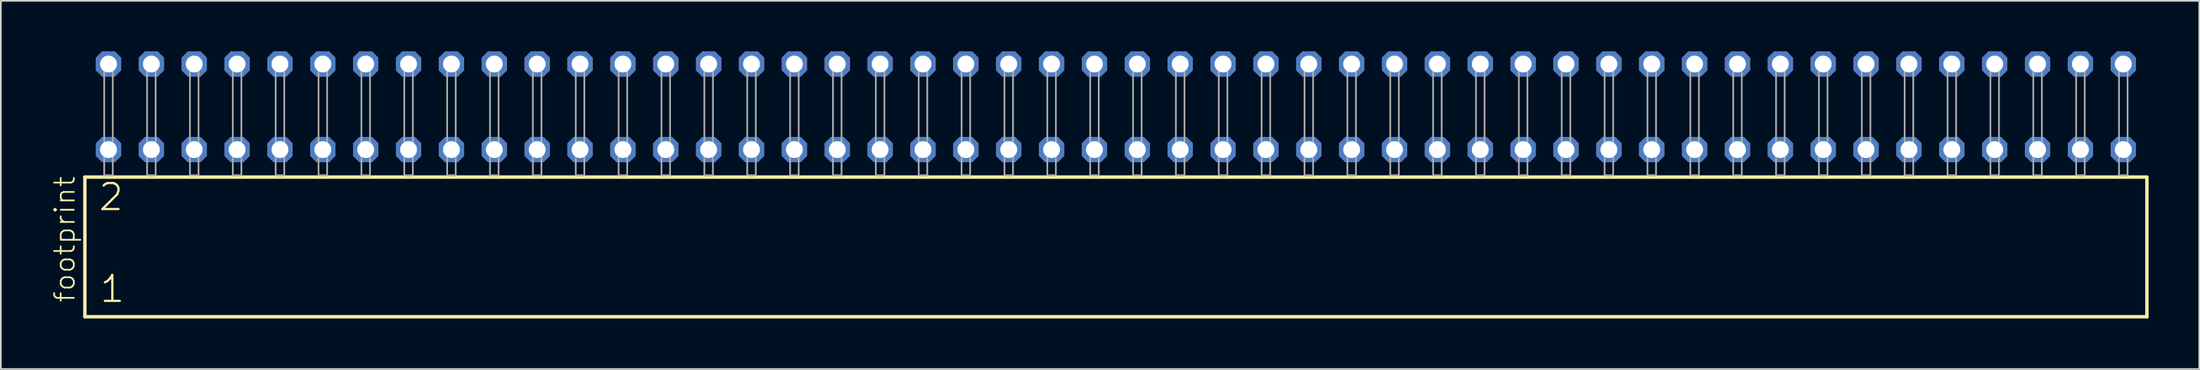
<source format=kicad_pcb>
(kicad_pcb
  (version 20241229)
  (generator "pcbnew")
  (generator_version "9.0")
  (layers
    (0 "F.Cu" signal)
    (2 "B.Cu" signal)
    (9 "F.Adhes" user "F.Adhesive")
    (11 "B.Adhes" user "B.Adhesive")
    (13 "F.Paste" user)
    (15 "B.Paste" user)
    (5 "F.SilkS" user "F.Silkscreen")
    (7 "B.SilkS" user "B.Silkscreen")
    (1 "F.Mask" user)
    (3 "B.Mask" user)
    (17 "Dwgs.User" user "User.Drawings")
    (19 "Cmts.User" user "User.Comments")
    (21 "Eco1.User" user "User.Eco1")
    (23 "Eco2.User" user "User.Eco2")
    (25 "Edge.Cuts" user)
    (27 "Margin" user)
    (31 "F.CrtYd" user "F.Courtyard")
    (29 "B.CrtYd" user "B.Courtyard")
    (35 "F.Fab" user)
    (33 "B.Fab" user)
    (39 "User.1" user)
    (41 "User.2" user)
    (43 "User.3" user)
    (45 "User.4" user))
  (footprint "footprint"
    (layer "F.Cu")
    (at 63.068 7.354)
    (property "Reference" "footprint" (at -61.595 7.62 90) (layer "F.SilkS") (effects (font (size 1.168 1.168) (thickness 0.102)) (justify left bottom)))
    (fp_line (start -61.089 0.106) (end -61.089 8.396) (stroke (width 0.203) (type solid)) (layer "F.SilkS"))
    (fp_line (start -61.089 8.396) (end 61.089 8.396) (stroke (width 0.203) (type solid)) (layer "F.SilkS"))
    (fp_line (start 61.089 0.106) (end -61.089 0.106) (stroke (width 0.203) (type solid)) (layer "F.SilkS"))
    (fp_line (start 61.089 8.396) (end 61.089 0.106) (stroke (width 0.203) (type solid)) (layer "F.SilkS"))
    (fp_poly (pts (xy -59.944 0) (xy -59.436 0) (xy -59.436 -6.858) (xy -59.944 -6.858)) (stroke (width 0.1) (type solid)) (fill no) (layer "F.Fab"))
    (fp_poly (pts (xy -57.404 0) (xy -56.896 0) (xy -56.896 -6.858) (xy -57.404 -6.858)) (stroke (width 0.1) (type solid)) (fill no) (layer "F.Fab"))
    (fp_poly (pts (xy -54.864 0) (xy -54.356 0) (xy -54.356 -6.858) (xy -54.864 -6.858)) (stroke (width 0.1) (type solid)) (fill no) (layer "F.Fab"))
    (fp_poly (pts (xy -52.324 0) (xy -51.816 0) (xy -51.816 -6.858) (xy -52.324 -6.858)) (stroke (width 0.1) (type solid)) (fill no) (layer "F.Fab"))
    (fp_poly (pts (xy -49.784 0) (xy -49.276 0) (xy -49.276 -6.858) (xy -49.784 -6.858)) (stroke (width 0.1) (type solid)) (fill no) (layer "F.Fab"))
    (fp_poly (pts (xy -47.244 0) (xy -46.736 0) (xy -46.736 -6.858) (xy -47.244 -6.858)) (stroke (width 0.1) (type solid)) (fill no) (layer "F.Fab"))
    (fp_poly (pts (xy -44.704 0) (xy -44.196 0) (xy -44.196 -6.858) (xy -44.704 -6.858)) (stroke (width 0.1) (type solid)) (fill no) (layer "F.Fab"))
    (fp_poly (pts (xy -42.164 0) (xy -41.656 0) (xy -41.656 -6.858) (xy -42.164 -6.858)) (stroke (width 0.1) (type solid)) (fill no) (layer "F.Fab"))
    (fp_poly (pts (xy -39.624 0) (xy -39.116 0) (xy -39.116 -6.858) (xy -39.624 -6.858)) (stroke (width 0.1) (type solid)) (fill no) (layer "F.Fab"))
    (fp_poly (pts (xy -37.084 0) (xy -36.576 0) (xy -36.576 -6.858) (xy -37.084 -6.858)) (stroke (width 0.1) (type solid)) (fill no) (layer "F.Fab"))
    (fp_poly (pts (xy -34.544 0) (xy -34.036 0) (xy -34.036 -6.858) (xy -34.544 -6.858)) (stroke (width 0.1) (type solid)) (fill no) (layer "F.Fab"))
    (fp_poly (pts (xy -32.004 0) (xy -31.496 0) (xy -31.496 -6.858) (xy -32.004 -6.858)) (stroke (width 0.1) (type solid)) (fill no) (layer "F.Fab"))
    (fp_poly (pts (xy -29.464 0) (xy -28.956 0) (xy -28.956 -6.858) (xy -29.464 -6.858)) (stroke (width 0.1) (type solid)) (fill no) (layer "F.Fab"))
    (fp_poly (pts (xy -26.924 0) (xy -26.416 0) (xy -26.416 -6.858) (xy -26.924 -6.858)) (stroke (width 0.1) (type solid)) (fill no) (layer "F.Fab"))
    (fp_poly (pts (xy -24.384 0) (xy -23.876 0) (xy -23.876 -6.858) (xy -24.384 -6.858)) (stroke (width 0.1) (type solid)) (fill no) (layer "F.Fab"))
    (fp_poly (pts (xy -21.844 0) (xy -21.336 0) (xy -21.336 -6.858) (xy -21.844 -6.858)) (stroke (width 0.1) (type solid)) (fill no) (layer "F.Fab"))
    (fp_poly (pts (xy -19.304 0) (xy -18.796 0) (xy -18.796 -6.858) (xy -19.304 -6.858)) (stroke (width 0.1) (type solid)) (fill no) (layer "F.Fab"))
    (fp_poly (pts (xy -16.764 0) (xy -16.256 0) (xy -16.256 -6.858) (xy -16.764 -6.858)) (stroke (width 0.1) (type solid)) (fill no) (layer "F.Fab"))
    (fp_poly (pts (xy -14.224 0) (xy -13.716 0) (xy -13.716 -6.858) (xy -14.224 -6.858)) (stroke (width 0.1) (type solid)) (fill no) (layer "F.Fab"))
    (fp_poly (pts (xy -11.684 0) (xy -11.176 0) (xy -11.176 -6.858) (xy -11.684 -6.858)) (stroke (width 0.1) (type solid)) (fill no) (layer "F.Fab"))
    (fp_poly (pts (xy -9.144 0) (xy -8.636 0) (xy -8.636 -6.858) (xy -9.144 -6.858)) (stroke (width 0.1) (type solid)) (fill no) (layer "F.Fab"))
    (fp_poly (pts (xy -6.604 0) (xy -6.096 0) (xy -6.096 -6.858) (xy -6.604 -6.858)) (stroke (width 0.1) (type solid)) (fill no) (layer "F.Fab"))
    (fp_poly (pts (xy -4.064 0) (xy -3.556 0) (xy -3.556 -6.858) (xy -4.064 -6.858)) (stroke (width 0.1) (type solid)) (fill no) (layer "F.Fab"))
    (fp_poly (pts (xy -1.524 0) (xy -1.016 0) (xy -1.016 -6.858) (xy -1.524 -6.858)) (stroke (width 0.1) (type solid)) (fill no) (layer "F.Fab"))
    (fp_poly (pts (xy 1.016 0) (xy 1.524 0) (xy 1.524 -6.858) (xy 1.016 -6.858)) (stroke (width 0.1) (type solid)) (fill no) (layer "F.Fab"))
    (fp_poly (pts (xy 3.556 0) (xy 4.064 0) (xy 4.064 -6.858) (xy 3.556 -6.858)) (stroke (width 0.1) (type solid)) (fill no) (layer "F.Fab"))
    (fp_poly (pts (xy 6.096 0) (xy 6.604 0) (xy 6.604 -6.858) (xy 6.096 -6.858)) (stroke (width 0.1) (type solid)) (fill no) (layer "F.Fab"))
    (fp_poly (pts (xy 8.636 0) (xy 9.144 0) (xy 9.144 -6.858) (xy 8.636 -6.858)) (stroke (width 0.1) (type solid)) (fill no) (layer "F.Fab"))
    (fp_poly (pts (xy 11.176 0) (xy 11.684 0) (xy 11.684 -6.858) (xy 11.176 -6.858)) (stroke (width 0.1) (type solid)) (fill no) (layer "F.Fab"))
    (fp_poly (pts (xy 13.716 0) (xy 14.224 0) (xy 14.224 -6.858) (xy 13.716 -6.858)) (stroke (width 0.1) (type solid)) (fill no) (layer "F.Fab"))
    (fp_poly (pts (xy 16.256 0) (xy 16.764 0) (xy 16.764 -6.858) (xy 16.256 -6.858)) (stroke (width 0.1) (type solid)) (fill no) (layer "F.Fab"))
    (fp_poly (pts (xy 18.796 0) (xy 19.304 0) (xy 19.304 -6.858) (xy 18.796 -6.858)) (stroke (width 0.1) (type solid)) (fill no) (layer "F.Fab"))
    (fp_poly (pts (xy 21.336 0) (xy 21.844 0) (xy 21.844 -6.858) (xy 21.336 -6.858)) (stroke (width 0.1) (type solid)) (fill no) (layer "F.Fab"))
    (fp_poly (pts (xy 23.876 0) (xy 24.384 0) (xy 24.384 -6.858) (xy 23.876 -6.858)) (stroke (width 0.1) (type solid)) (fill no) (layer "F.Fab"))
    (fp_poly (pts (xy 26.416 0) (xy 26.924 0) (xy 26.924 -6.858) (xy 26.416 -6.858)) (stroke (width 0.1) (type solid)) (fill no) (layer "F.Fab"))
    (fp_poly (pts (xy 28.956 0) (xy 29.464 0) (xy 29.464 -6.858) (xy 28.956 -6.858)) (stroke (width 0.1) (type solid)) (fill no) (layer "F.Fab"))
    (fp_poly (pts (xy 31.496 0) (xy 32.004 0) (xy 32.004 -6.858) (xy 31.496 -6.858)) (stroke (width 0.1) (type solid)) (fill no) (layer "F.Fab"))
    (fp_poly (pts (xy 34.036 0) (xy 34.544 0) (xy 34.544 -6.858) (xy 34.036 -6.858)) (stroke (width 0.1) (type solid)) (fill no) (layer "F.Fab"))
    (fp_poly (pts (xy 36.576 0) (xy 37.084 0) (xy 37.084 -6.858) (xy 36.576 -6.858)) (stroke (width 0.1) (type solid)) (fill no) (layer "F.Fab"))
    (fp_poly (pts (xy 39.116 0) (xy 39.624 0) (xy 39.624 -6.858) (xy 39.116 -6.858)) (stroke (width 0.1) (type solid)) (fill no) (layer "F.Fab"))
    (fp_poly (pts (xy 41.656 0) (xy 42.164 0) (xy 42.164 -6.858) (xy 41.656 -6.858)) (stroke (width 0.1) (type solid)) (fill no) (layer "F.Fab"))
    (fp_poly (pts (xy 44.196 0) (xy 44.704 0) (xy 44.704 -6.858) (xy 44.196 -6.858)) (stroke (width 0.1) (type solid)) (fill no) (layer "F.Fab"))
    (fp_poly (pts (xy 46.736 0) (xy 47.244 0) (xy 47.244 -6.858) (xy 46.736 -6.858)) (stroke (width 0.1) (type solid)) (fill no) (layer "F.Fab"))
    (fp_poly (pts (xy 49.276 0) (xy 49.784 0) (xy 49.784 -6.858) (xy 49.276 -6.858)) (stroke (width 0.1) (type solid)) (fill no) (layer "F.Fab"))
    (fp_poly (pts (xy 51.816 0) (xy 52.324 0) (xy 52.324 -6.858) (xy 51.816 -6.858)) (stroke (width 0.1) (type solid)) (fill no) (layer "F.Fab"))
    (fp_poly (pts (xy 54.356 0) (xy 54.864 0) (xy 54.864 -6.858) (xy 54.356 -6.858)) (stroke (width 0.1) (type solid)) (fill no) (layer "F.Fab"))
    (fp_poly (pts (xy 56.896 0) (xy 57.404 0) (xy 57.404 -6.858) (xy 56.896 -6.858)) (stroke (width 0.1) (type solid)) (fill no) (layer "F.Fab"))
    (fp_poly (pts (xy 59.436 0) (xy 59.944 0) (xy 59.944 -6.858) (xy 59.436 -6.858)) (stroke (width 0.1) (type solid)) (fill no) (layer "F.Fab"))
    (fp_text user "1" (at -60.285 7.65 0) (layer "F.SilkS") (effects (font (size 1.542 1.542) (thickness 0.134)) (justify left bottom)))
    (fp_text user "2" (at -60.36 2.2 0) (layer "F.SilkS") (effects (font (size 1.542 1.542) (thickness 0.134)) (justify left bottom)))
    (pad "1" thru_hole roundrect (at -59.69 -1.524) (size 1.5 1.5) (drill 1) (layers "*.Cu" "*.Mask") (roundrect_rratio 0.25) (chamfer_ratio 0.25) (chamfer top_left top_right bottom_left bottom_right))
    (pad "2" thru_hole roundrect (at -59.69 -6.604) (size 1.5 1.5) (drill 1) (layers "*.Cu" "*.Mask") (roundrect_rratio 0.25) (chamfer_ratio 0.25) (chamfer top_left top_right bottom_left bottom_right))
    (pad "3" thru_hole roundrect (at -57.15 -1.524) (size 1.5 1.5) (drill 1) (layers "*.Cu" "*.Mask") (roundrect_rratio 0.25) (chamfer_ratio 0.25) (chamfer top_left top_right bottom_left bottom_right))
    (pad "4" thru_hole roundrect (at -57.15 -6.604) (size 1.5 1.5) (drill 1) (layers "*.Cu" "*.Mask") (roundrect_rratio 0.25) (chamfer_ratio 0.25) (chamfer top_left top_right bottom_left bottom_right))
    (pad "5" thru_hole roundrect (at -54.61 -1.524) (size 1.5 1.5) (drill 1) (layers "*.Cu" "*.Mask") (roundrect_rratio 0.25) (chamfer_ratio 0.25) (chamfer top_left top_right bottom_left bottom_right))
    (pad "6" thru_hole roundrect (at -54.61 -6.604) (size 1.5 1.5) (drill 1) (layers "*.Cu" "*.Mask") (roundrect_rratio 0.25) (chamfer_ratio 0.25) (chamfer top_left top_right bottom_left bottom_right))
    (pad "7" thru_hole roundrect (at -52.07 -1.524) (size 1.5 1.5) (drill 1) (layers "*.Cu" "*.Mask") (roundrect_rratio 0.25) (chamfer_ratio 0.25) (chamfer top_left top_right bottom_left bottom_right))
    (pad "8" thru_hole roundrect (at -52.07 -6.604) (size 1.5 1.5) (drill 1) (layers "*.Cu" "*.Mask") (roundrect_rratio 0.25) (chamfer_ratio 0.25) (chamfer top_left top_right bottom_left bottom_right))
    (pad "9" thru_hole roundrect (at -49.53 -1.524) (size 1.5 1.5) (drill 1) (layers "*.Cu" "*.Mask") (roundrect_rratio 0.25) (chamfer_ratio 0.25) (chamfer top_left top_right bottom_left bottom_right))
    (pad "10" thru_hole roundrect (at -49.53 -6.604) (size 1.5 1.5) (drill 1) (layers "*.Cu" "*.Mask") (roundrect_rratio 0.25) (chamfer_ratio 0.25) (chamfer top_left top_right bottom_left bottom_right))
    (pad "11" thru_hole roundrect (at -46.99 -1.524) (size 1.5 1.5) (drill 1) (layers "*.Cu" "*.Mask") (roundrect_rratio 0.25) (chamfer_ratio 0.25) (chamfer top_left top_right bottom_left bottom_right))
    (pad "12" thru_hole roundrect (at -46.99 -6.604) (size 1.5 1.5) (drill 1) (layers "*.Cu" "*.Mask") (roundrect_rratio 0.25) (chamfer_ratio 0.25) (chamfer top_left top_right bottom_left bottom_right))
    (pad "13" thru_hole roundrect (at -44.45 -1.524) (size 1.5 1.5) (drill 1) (layers "*.Cu" "*.Mask") (roundrect_rratio 0.25) (chamfer_ratio 0.25) (chamfer top_left top_right bottom_left bottom_right))
    (pad "14" thru_hole roundrect (at -44.45 -6.604) (size 1.5 1.5) (drill 1) (layers "*.Cu" "*.Mask") (roundrect_rratio 0.25) (chamfer_ratio 0.25) (chamfer top_left top_right bottom_left bottom_right))
    (pad "15" thru_hole roundrect (at -41.91 -1.524) (size 1.5 1.5) (drill 1) (layers "*.Cu" "*.Mask") (roundrect_rratio 0.25) (chamfer_ratio 0.25) (chamfer top_left top_right bottom_left bottom_right))
    (pad "16" thru_hole roundrect (at -41.91 -6.604) (size 1.5 1.5) (drill 1) (layers "*.Cu" "*.Mask") (roundrect_rratio 0.25) (chamfer_ratio 0.25) (chamfer top_left top_right bottom_left bottom_right))
    (pad "17" thru_hole roundrect (at -39.37 -1.524) (size 1.5 1.5) (drill 1) (layers "*.Cu" "*.Mask") (roundrect_rratio 0.25) (chamfer_ratio 0.25) (chamfer top_left top_right bottom_left bottom_right))
    (pad "18" thru_hole roundrect (at -39.37 -6.604) (size 1.5 1.5) (drill 1) (layers "*.Cu" "*.Mask") (roundrect_rratio 0.25) (chamfer_ratio 0.25) (chamfer top_left top_right bottom_left bottom_right))
    (pad "19" thru_hole roundrect (at -36.83 -1.524) (size 1.5 1.5) (drill 1) (layers "*.Cu" "*.Mask") (roundrect_rratio 0.25) (chamfer_ratio 0.25) (chamfer top_left top_right bottom_left bottom_right))
    (pad "20" thru_hole roundrect (at -36.83 -6.604) (size 1.5 1.5) (drill 1) (layers "*.Cu" "*.Mask") (roundrect_rratio 0.25) (chamfer_ratio 0.25) (chamfer top_left top_right bottom_left bottom_right))
    (pad "21" thru_hole roundrect (at -34.29 -1.524) (size 1.5 1.5) (drill 1) (layers "*.Cu" "*.Mask") (roundrect_rratio 0.25) (chamfer_ratio 0.25) (chamfer top_left top_right bottom_left bottom_right))
    (pad "22" thru_hole roundrect (at -34.29 -6.604) (size 1.5 1.5) (drill 1) (layers "*.Cu" "*.Mask") (roundrect_rratio 0.25) (chamfer_ratio 0.25) (chamfer top_left top_right bottom_left bottom_right))
    (pad "23" thru_hole roundrect (at -31.75 -1.524) (size 1.5 1.5) (drill 1) (layers "*.Cu" "*.Mask") (roundrect_rratio 0.25) (chamfer_ratio 0.25) (chamfer top_left top_right bottom_left bottom_right))
    (pad "24" thru_hole roundrect (at -31.75 -6.604) (size 1.5 1.5) (drill 1) (layers "*.Cu" "*.Mask") (roundrect_rratio 0.25) (chamfer_ratio 0.25) (chamfer top_left top_right bottom_left bottom_right))
    (pad "25" thru_hole roundrect (at -29.21 -1.524) (size 1.5 1.5) (drill 1) (layers "*.Cu" "*.Mask") (roundrect_rratio 0.25) (chamfer_ratio 0.25) (chamfer top_left top_right bottom_left bottom_right))
    (pad "26" thru_hole roundrect (at -29.21 -6.604) (size 1.5 1.5) (drill 1) (layers "*.Cu" "*.Mask") (roundrect_rratio 0.25) (chamfer_ratio 0.25) (chamfer top_left top_right bottom_left bottom_right))
    (pad "27" thru_hole roundrect (at -26.67 -1.524) (size 1.5 1.5) (drill 1) (layers "*.Cu" "*.Mask") (roundrect_rratio 0.25) (chamfer_ratio 0.25) (chamfer top_left top_right bottom_left bottom_right))
    (pad "28" thru_hole roundrect (at -26.67 -6.604) (size 1.5 1.5) (drill 1) (layers "*.Cu" "*.Mask") (roundrect_rratio 0.25) (chamfer_ratio 0.25) (chamfer top_left top_right bottom_left bottom_right))
    (pad "29" thru_hole roundrect (at -24.13 -1.524) (size 1.5 1.5) (drill 1) (layers "*.Cu" "*.Mask") (roundrect_rratio 0.25) (chamfer_ratio 0.25) (chamfer top_left top_right bottom_left bottom_right))
    (pad "30" thru_hole roundrect (at -24.13 -6.604) (size 1.5 1.5) (drill 1) (layers "*.Cu" "*.Mask") (roundrect_rratio 0.25) (chamfer_ratio 0.25) (chamfer top_left top_right bottom_left bottom_right))
    (pad "31" thru_hole roundrect (at -21.59 -1.524) (size 1.5 1.5) (drill 1) (layers "*.Cu" "*.Mask") (roundrect_rratio 0.25) (chamfer_ratio 0.25) (chamfer top_left top_right bottom_left bottom_right))
    (pad "32" thru_hole roundrect (at -21.59 -6.604) (size 1.5 1.5) (drill 1) (layers "*.Cu" "*.Mask") (roundrect_rratio 0.25) (chamfer_ratio 0.25) (chamfer top_left top_right bottom_left bottom_right))
    (pad "33" thru_hole roundrect (at -19.05 -1.524) (size 1.5 1.5) (drill 1) (layers "*.Cu" "*.Mask") (roundrect_rratio 0.25) (chamfer_ratio 0.25) (chamfer top_left top_right bottom_left bottom_right))
    (pad "34" thru_hole roundrect (at -19.05 -6.604) (size 1.5 1.5) (drill 1) (layers "*.Cu" "*.Mask") (roundrect_rratio 0.25) (chamfer_ratio 0.25) (chamfer top_left top_right bottom_left bottom_right))
    (pad "35" thru_hole roundrect (at -16.51 -1.524) (size 1.5 1.5) (drill 1) (layers "*.Cu" "*.Mask") (roundrect_rratio 0.25) (chamfer_ratio 0.25) (chamfer top_left top_right bottom_left bottom_right))
    (pad "36" thru_hole roundrect (at -16.51 -6.604) (size 1.5 1.5) (drill 1) (layers "*.Cu" "*.Mask") (roundrect_rratio 0.25) (chamfer_ratio 0.25) (chamfer top_left top_right bottom_left bottom_right))
    (pad "37" thru_hole roundrect (at -13.97 -1.524) (size 1.5 1.5) (drill 1) (layers "*.Cu" "*.Mask") (roundrect_rratio 0.25) (chamfer_ratio 0.25) (chamfer top_left top_right bottom_left bottom_right))
    (pad "38" thru_hole roundrect (at -13.97 -6.604) (size 1.5 1.5) (drill 1) (layers "*.Cu" "*.Mask") (roundrect_rratio 0.25) (chamfer_ratio 0.25) (chamfer top_left top_right bottom_left bottom_right))
    (pad "39" thru_hole roundrect (at -11.43 -1.524) (size 1.5 1.5) (drill 1) (layers "*.Cu" "*.Mask") (roundrect_rratio 0.25) (chamfer_ratio 0.25) (chamfer top_left top_right bottom_left bottom_right))
    (pad "40" thru_hole roundrect (at -11.43 -6.604) (size 1.5 1.5) (drill 1) (layers "*.Cu" "*.Mask") (roundrect_rratio 0.25) (chamfer_ratio 0.25) (chamfer top_left top_right bottom_left bottom_right))
    (pad "41" thru_hole roundrect (at -8.89 -1.524) (size 1.5 1.5) (drill 1) (layers "*.Cu" "*.Mask") (roundrect_rratio 0.25) (chamfer_ratio 0.25) (chamfer top_left top_right bottom_left bottom_right))
    (pad "42" thru_hole roundrect (at -8.89 -6.604) (size 1.5 1.5) (drill 1) (layers "*.Cu" "*.Mask") (roundrect_rratio 0.25) (chamfer_ratio 0.25) (chamfer top_left top_right bottom_left bottom_right))
    (pad "43" thru_hole roundrect (at -6.35 -1.524) (size 1.5 1.5) (drill 1) (layers "*.Cu" "*.Mask") (roundrect_rratio 0.25) (chamfer_ratio 0.25) (chamfer top_left top_right bottom_left bottom_right))
    (pad "44" thru_hole roundrect (at -6.35 -6.604) (size 1.5 1.5) (drill 1) (layers "*.Cu" "*.Mask") (roundrect_rratio 0.25) (chamfer_ratio 0.25) (chamfer top_left top_right bottom_left bottom_right))
    (pad "45" thru_hole roundrect (at -3.81 -1.524) (size 1.5 1.5) (drill 1) (layers "*.Cu" "*.Mask") (roundrect_rratio 0.25) (chamfer_ratio 0.25) (chamfer top_left top_right bottom_left bottom_right))
    (pad "46" thru_hole roundrect (at -3.81 -6.604) (size 1.5 1.5) (drill 1) (layers "*.Cu" "*.Mask") (roundrect_rratio 0.25) (chamfer_ratio 0.25) (chamfer top_left top_right bottom_left bottom_right))
    (pad "47" thru_hole roundrect (at -1.27 -1.524) (size 1.5 1.5) (drill 1) (layers "*.Cu" "*.Mask") (roundrect_rratio 0.25) (chamfer_ratio 0.25) (chamfer top_left top_right bottom_left bottom_right))
    (pad "48" thru_hole roundrect (at -1.27 -6.604) (size 1.5 1.5) (drill 1) (layers "*.Cu" "*.Mask") (roundrect_rratio 0.25) (chamfer_ratio 0.25) (chamfer top_left top_right bottom_left bottom_right))
    (pad "49" thru_hole roundrect (at 1.27 -1.524) (size 1.5 1.5) (drill 1) (layers "*.Cu" "*.Mask") (roundrect_rratio 0.25) (chamfer_ratio 0.25) (chamfer top_left top_right bottom_left bottom_right))
    (pad "50" thru_hole roundrect (at 1.27 -6.604) (size 1.5 1.5) (drill 1) (layers "*.Cu" "*.Mask") (roundrect_rratio 0.25) (chamfer_ratio 0.25) (chamfer top_left top_right bottom_left bottom_right))
    (pad "51" thru_hole roundrect (at 3.81 -1.524) (size 1.5 1.5) (drill 1) (layers "*.Cu" "*.Mask") (roundrect_rratio 0.25) (chamfer_ratio 0.25) (chamfer top_left top_right bottom_left bottom_right))
    (pad "52" thru_hole roundrect (at 3.81 -6.604) (size 1.5 1.5) (drill 1) (layers "*.Cu" "*.Mask") (roundrect_rratio 0.25) (chamfer_ratio 0.25) (chamfer top_left top_right bottom_left bottom_right))
    (pad "53" thru_hole roundrect (at 6.35 -1.524) (size 1.5 1.5) (drill 1) (layers "*.Cu" "*.Mask") (roundrect_rratio 0.25) (chamfer_ratio 0.25) (chamfer top_left top_right bottom_left bottom_right))
    (pad "54" thru_hole roundrect (at 6.35 -6.604) (size 1.5 1.5) (drill 1) (layers "*.Cu" "*.Mask") (roundrect_rratio 0.25) (chamfer_ratio 0.25) (chamfer top_left top_right bottom_left bottom_right))
    (pad "55" thru_hole roundrect (at 8.89 -1.524) (size 1.5 1.5) (drill 1) (layers "*.Cu" "*.Mask") (roundrect_rratio 0.25) (chamfer_ratio 0.25) (chamfer top_left top_right bottom_left bottom_right))
    (pad "56" thru_hole roundrect (at 8.89 -6.604) (size 1.5 1.5) (drill 1) (layers "*.Cu" "*.Mask") (roundrect_rratio 0.25) (chamfer_ratio 0.25) (chamfer top_left top_right bottom_left bottom_right))
    (pad "57" thru_hole roundrect (at 11.43 -1.524) (size 1.5 1.5) (drill 1) (layers "*.Cu" "*.Mask") (roundrect_rratio 0.25) (chamfer_ratio 0.25) (chamfer top_left top_right bottom_left bottom_right))
    (pad "58" thru_hole roundrect (at 11.43 -6.604) (size 1.5 1.5) (drill 1) (layers "*.Cu" "*.Mask") (roundrect_rratio 0.25) (chamfer_ratio 0.25) (chamfer top_left top_right bottom_left bottom_right))
    (pad "59" thru_hole roundrect (at 13.97 -1.524) (size 1.5 1.5) (drill 1) (layers "*.Cu" "*.Mask") (roundrect_rratio 0.25) (chamfer_ratio 0.25) (chamfer top_left top_right bottom_left bottom_right))
    (pad "60" thru_hole roundrect (at 13.97 -6.604) (size 1.5 1.5) (drill 1) (layers "*.Cu" "*.Mask") (roundrect_rratio 0.25) (chamfer_ratio 0.25) (chamfer top_left top_right bottom_left bottom_right))
    (pad "61" thru_hole roundrect (at 16.51 -1.524) (size 1.5 1.5) (drill 1) (layers "*.Cu" "*.Mask") (roundrect_rratio 0.25) (chamfer_ratio 0.25) (chamfer top_left top_right bottom_left bottom_right))
    (pad "62" thru_hole roundrect (at 16.51 -6.604) (size 1.5 1.5) (drill 1) (layers "*.Cu" "*.Mask") (roundrect_rratio 0.25) (chamfer_ratio 0.25) (chamfer top_left top_right bottom_left bottom_right))
    (pad "63" thru_hole roundrect (at 19.05 -1.524) (size 1.5 1.5) (drill 1) (layers "*.Cu" "*.Mask") (roundrect_rratio 0.25) (chamfer_ratio 0.25) (chamfer top_left top_right bottom_left bottom_right))
    (pad "64" thru_hole roundrect (at 19.05 -6.604) (size 1.5 1.5) (drill 1) (layers "*.Cu" "*.Mask") (roundrect_rratio 0.25) (chamfer_ratio 0.25) (chamfer top_left top_right bottom_left bottom_right))
    (pad "65" thru_hole roundrect (at 21.59 -1.524) (size 1.5 1.5) (drill 1) (layers "*.Cu" "*.Mask") (roundrect_rratio 0.25) (chamfer_ratio 0.25) (chamfer top_left top_right bottom_left bottom_right))
    (pad "66" thru_hole roundrect (at 21.59 -6.604) (size 1.5 1.5) (drill 1) (layers "*.Cu" "*.Mask") (roundrect_rratio 0.25) (chamfer_ratio 0.25) (chamfer top_left top_right bottom_left bottom_right))
    (pad "67" thru_hole roundrect (at 24.13 -1.524) (size 1.5 1.5) (drill 1) (layers "*.Cu" "*.Mask") (roundrect_rratio 0.25) (chamfer_ratio 0.25) (chamfer top_left top_right bottom_left bottom_right))
    (pad "68" thru_hole roundrect (at 24.13 -6.604) (size 1.5 1.5) (drill 1) (layers "*.Cu" "*.Mask") (roundrect_rratio 0.25) (chamfer_ratio 0.25) (chamfer top_left top_right bottom_left bottom_right))
    (pad "69" thru_hole roundrect (at 26.67 -1.524) (size 1.5 1.5) (drill 1) (layers "*.Cu" "*.Mask") (roundrect_rratio 0.25) (chamfer_ratio 0.25) (chamfer top_left top_right bottom_left bottom_right))
    (pad "70" thru_hole roundrect (at 26.67 -6.604) (size 1.5 1.5) (drill 1) (layers "*.Cu" "*.Mask") (roundrect_rratio 0.25) (chamfer_ratio 0.25) (chamfer top_left top_right bottom_left bottom_right))
    (pad "71" thru_hole roundrect (at 29.21 -1.524) (size 1.5 1.5) (drill 1) (layers "*.Cu" "*.Mask") (roundrect_rratio 0.25) (chamfer_ratio 0.25) (chamfer top_left top_right bottom_left bottom_right))
    (pad "72" thru_hole roundrect (at 29.21 -6.604) (size 1.5 1.5) (drill 1) (layers "*.Cu" "*.Mask") (roundrect_rratio 0.25) (chamfer_ratio 0.25) (chamfer top_left top_right bottom_left bottom_right))
    (pad "73" thru_hole roundrect (at 31.75 -1.524) (size 1.5 1.5) (drill 1) (layers "*.Cu" "*.Mask") (roundrect_rratio 0.25) (chamfer_ratio 0.25) (chamfer top_left top_right bottom_left bottom_right))
    (pad "74" thru_hole roundrect (at 31.75 -6.604) (size 1.5 1.5) (drill 1) (layers "*.Cu" "*.Mask") (roundrect_rratio 0.25) (chamfer_ratio 0.25) (chamfer top_left top_right bottom_left bottom_right))
    (pad "75" thru_hole roundrect (at 34.29 -1.524) (size 1.5 1.5) (drill 1) (layers "*.Cu" "*.Mask") (roundrect_rratio 0.25) (chamfer_ratio 0.25) (chamfer top_left top_right bottom_left bottom_right))
    (pad "76" thru_hole roundrect (at 34.29 -6.604) (size 1.5 1.5) (drill 1) (layers "*.Cu" "*.Mask") (roundrect_rratio 0.25) (chamfer_ratio 0.25) (chamfer top_left top_right bottom_left bottom_right))
    (pad "77" thru_hole roundrect (at 36.83 -1.524) (size 1.5 1.5) (drill 1) (layers "*.Cu" "*.Mask") (roundrect_rratio 0.25) (chamfer_ratio 0.25) (chamfer top_left top_right bottom_left bottom_right))
    (pad "78" thru_hole roundrect (at 36.83 -6.604) (size 1.5 1.5) (drill 1) (layers "*.Cu" "*.Mask") (roundrect_rratio 0.25) (chamfer_ratio 0.25) (chamfer top_left top_right bottom_left bottom_right))
    (pad "79" thru_hole roundrect (at 39.37 -1.524) (size 1.5 1.5) (drill 1) (layers "*.Cu" "*.Mask") (roundrect_rratio 0.25) (chamfer_ratio 0.25) (chamfer top_left top_right bottom_left bottom_right))
    (pad "80" thru_hole roundrect (at 39.37 -6.604) (size 1.5 1.5) (drill 1) (layers "*.Cu" "*.Mask") (roundrect_rratio 0.25) (chamfer_ratio 0.25) (chamfer top_left top_right bottom_left bottom_right))
    (pad "81" thru_hole roundrect (at 41.91 -1.524) (size 1.5 1.5) (drill 1) (layers "*.Cu" "*.Mask") (roundrect_rratio 0.25) (chamfer_ratio 0.25) (chamfer top_left top_right bottom_left bottom_right))
    (pad "82" thru_hole roundrect (at 41.91 -6.604) (size 1.5 1.5) (drill 1) (layers "*.Cu" "*.Mask") (roundrect_rratio 0.25) (chamfer_ratio 0.25) (chamfer top_left top_right bottom_left bottom_right))
    (pad "83" thru_hole roundrect (at 44.45 -1.524) (size 1.5 1.5) (drill 1) (layers "*.Cu" "*.Mask") (roundrect_rratio 0.25) (chamfer_ratio 0.25) (chamfer top_left top_right bottom_left bottom_right))
    (pad "84" thru_hole roundrect (at 44.45 -6.604) (size 1.5 1.5) (drill 1) (layers "*.Cu" "*.Mask") (roundrect_rratio 0.25) (chamfer_ratio 0.25) (chamfer top_left top_right bottom_left bottom_right))
    (pad "85" thru_hole roundrect (at 46.99 -1.524) (size 1.5 1.5) (drill 1) (layers "*.Cu" "*.Mask") (roundrect_rratio 0.25) (chamfer_ratio 0.25) (chamfer top_left top_right bottom_left bottom_right))
    (pad "86" thru_hole roundrect (at 46.99 -6.604) (size 1.5 1.5) (drill 1) (layers "*.Cu" "*.Mask") (roundrect_rratio 0.25) (chamfer_ratio 0.25) (chamfer top_left top_right bottom_left bottom_right))
    (pad "87" thru_hole roundrect (at 49.53 -1.524) (size 1.5 1.5) (drill 1) (layers "*.Cu" "*.Mask") (roundrect_rratio 0.25) (chamfer_ratio 0.25) (chamfer top_left top_right bottom_left bottom_right))
    (pad "88" thru_hole roundrect (at 49.53 -6.604) (size 1.5 1.5) (drill 1) (layers "*.Cu" "*.Mask") (roundrect_rratio 0.25) (chamfer_ratio 0.25) (chamfer top_left top_right bottom_left bottom_right))
    (pad "89" thru_hole roundrect (at 52.07 -1.524) (size 1.5 1.5) (drill 1) (layers "*.Cu" "*.Mask") (roundrect_rratio 0.25) (chamfer_ratio 0.25) (chamfer top_left top_right bottom_left bottom_right))
    (pad "90" thru_hole roundrect (at 52.07 -6.604) (size 1.5 1.5) (drill 1) (layers "*.Cu" "*.Mask") (roundrect_rratio 0.25) (chamfer_ratio 0.25) (chamfer top_left top_right bottom_left bottom_right))
    (pad "91" thru_hole roundrect (at 54.61 -1.524) (size 1.5 1.5) (drill 1) (layers "*.Cu" "*.Mask") (roundrect_rratio 0.25) (chamfer_ratio 0.25) (chamfer top_left top_right bottom_left bottom_right))
    (pad "92" thru_hole roundrect (at 54.61 -6.604) (size 1.5 1.5) (drill 1) (layers "*.Cu" "*.Mask") (roundrect_rratio 0.25) (chamfer_ratio 0.25) (chamfer top_left top_right bottom_left bottom_right))
    (pad "93" thru_hole roundrect (at 57.15 -1.524) (size 1.5 1.5) (drill 1) (layers "*.Cu" "*.Mask") (roundrect_rratio 0.25) (chamfer_ratio 0.25) (chamfer top_left top_right bottom_left bottom_right))
    (pad "94" thru_hole roundrect (at 57.15 -6.604) (size 1.5 1.5) (drill 1) (layers "*.Cu" "*.Mask") (roundrect_rratio 0.25) (chamfer_ratio 0.25) (chamfer top_left top_right bottom_left bottom_right))
    (pad "95" thru_hole roundrect (at 59.69 -1.524) (size 1.5 1.5) (drill 1) (layers "*.Cu" "*.Mask") (roundrect_rratio 0.25) (chamfer_ratio 0.25) (chamfer top_left top_right bottom_left bottom_right))
    (pad "96" thru_hole roundrect (at 59.69 -6.604) (size 1.5 1.5) (drill 1) (layers "*.Cu" "*.Mask") (roundrect_rratio 0.25) (chamfer_ratio 0.25) (chamfer top_left top_right bottom_left bottom_right)))
  (gr_rect
    (start -3 -3)
    (end 127.259 18.852)
    (stroke (width 0.1) (type default))
    (fill no)
    (layer "Edge.Cuts")))
</source>
